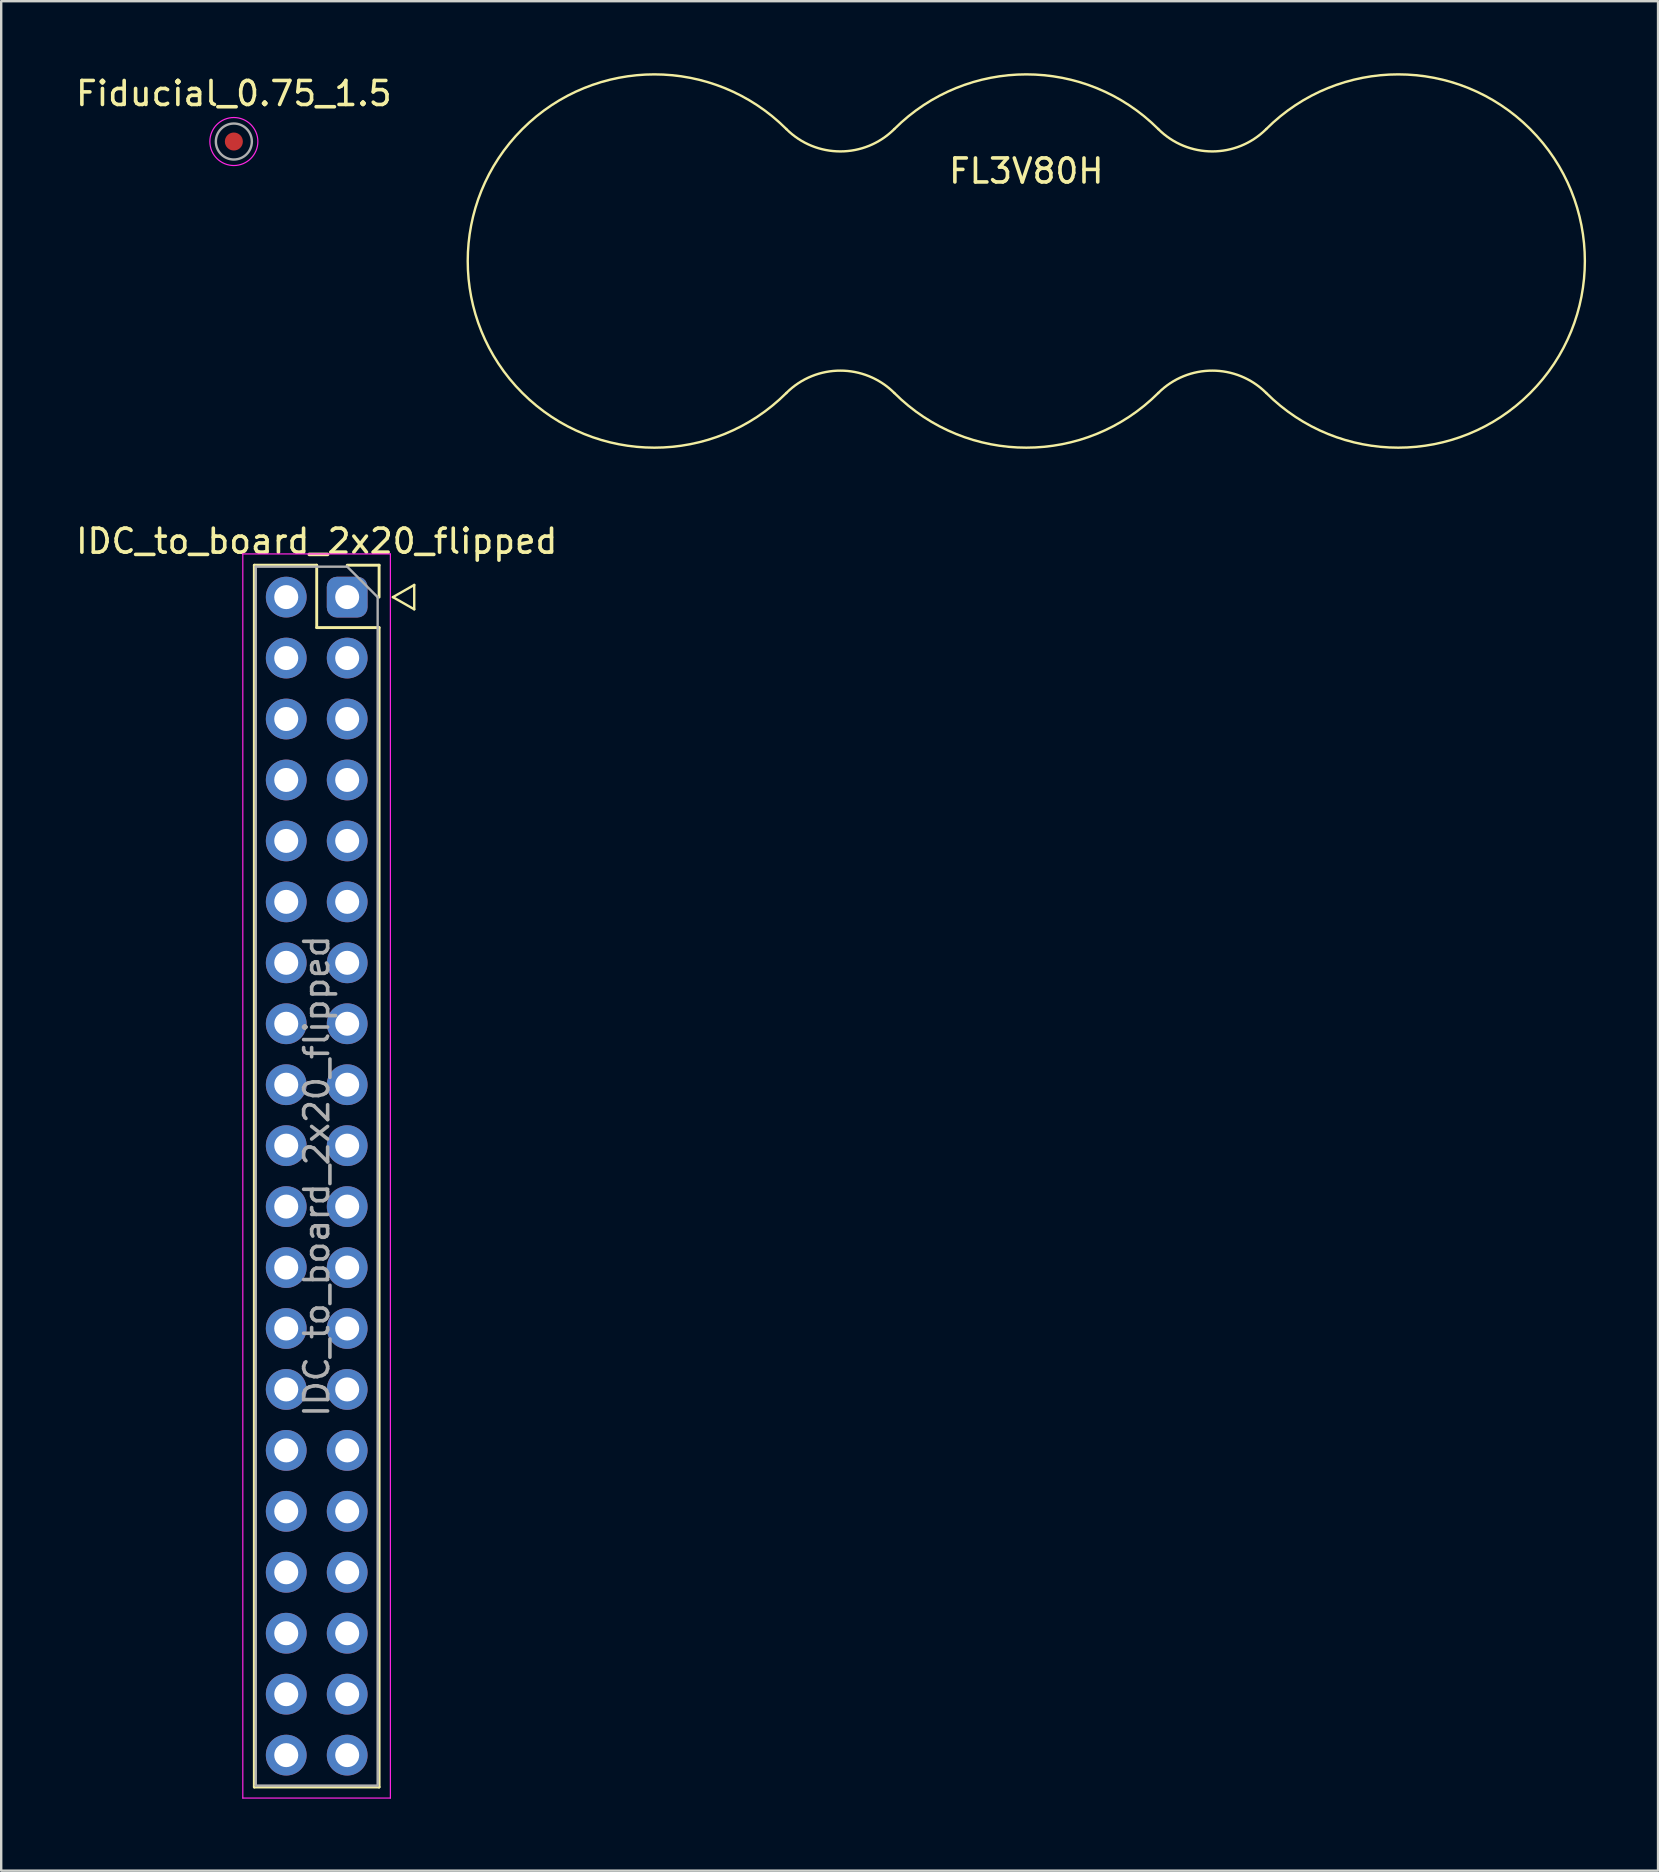
<source format=kicad_pcb>
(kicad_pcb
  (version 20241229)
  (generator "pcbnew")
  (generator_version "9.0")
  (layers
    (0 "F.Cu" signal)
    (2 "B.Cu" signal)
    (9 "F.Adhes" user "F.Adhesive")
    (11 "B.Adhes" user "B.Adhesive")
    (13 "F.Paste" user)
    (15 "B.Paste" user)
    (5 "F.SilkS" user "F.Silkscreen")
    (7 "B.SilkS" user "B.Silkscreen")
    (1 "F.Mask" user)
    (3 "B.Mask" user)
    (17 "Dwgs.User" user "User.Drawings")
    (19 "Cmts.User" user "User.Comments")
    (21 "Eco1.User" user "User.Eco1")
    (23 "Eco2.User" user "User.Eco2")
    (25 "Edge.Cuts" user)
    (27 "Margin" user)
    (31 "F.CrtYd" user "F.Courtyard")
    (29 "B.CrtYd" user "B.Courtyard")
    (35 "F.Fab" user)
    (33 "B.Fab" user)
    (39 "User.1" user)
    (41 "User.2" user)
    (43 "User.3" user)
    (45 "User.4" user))
  (footprint "Fiducial_0.75_1.5"
    (layer "F.Cu")
    (at 6.696 2.848)
    (property "Reference" "Fiducial_0.75_1.5" (at 0 -2 0) (layer "F.SilkS") (effects (font (size 1 1) (thickness 0.15))))
    (attr board_only exclude_from_pos_files exclude_from_bom)
    (fp_circle (center 0 0) (end 1 0) (stroke (width 0.05) (type solid)) (fill no) (layer "F.CrtYd"))
    (fp_circle (center 0 0) (end 0.75 0) (stroke (width 0.1) (type solid)) (fill no) (layer "F.Fab"))
    (pad "" smd circle (at 0 0) (size 0.75 0.75) (layers "F.Cu" "F.Mask")))
  (footprint "IDC_to_board_2x20_flipped"
    (layer "F.Cu")
    (at 10.149 45.965)
    (property "Reference" "IDC_to_board_2x20_flipped" (at 0 -26.46 0) (layer "F.SilkS") (effects (font (size 1 1) (thickness 0.15))))
    (attr through_hole)
    (fp_line (start -2.6 -25.46) (end -2.6 25.46) (stroke (width 0.12) (type solid)) (layer "F.SilkS"))
    (fp_line (start 0 -25.46) (end -2.6 -25.46) (stroke (width 0.12) (type solid)) (layer "F.SilkS"))
    (fp_line (start 0 -22.86) (end 0 -25.46) (stroke (width 0.12) (type solid)) (layer "F.SilkS"))
    (fp_line (start 2.6 -25.46) (end 1.27 -25.46) (stroke (width 0.12) (type solid)) (layer "F.SilkS"))
    (fp_line (start 2.6 -24.13) (end 2.6 -25.46) (stroke (width 0.12) (type solid)) (layer "F.SilkS"))
    (fp_line (start 2.6 -22.86) (end 0 -22.86) (stroke (width 0.12) (type solid)) (layer "F.SilkS"))
    (fp_line (start 2.6 -22.86) (end 2.6 25.46) (stroke (width 0.12) (type solid)) (layer "F.SilkS"))
    (fp_line (start 2.6 25.46) (end -2.6 25.46) (stroke (width 0.12) (type solid)) (layer "F.SilkS"))
    (fp_line (start 3.175 -24.13) (end 4.064 -24.638) (stroke (width 0.1) (type default)) (layer "F.SilkS"))
    (fp_line (start 4.064 -24.638) (end 4.064 -23.622) (stroke (width 0.1) (type default)) (layer "F.SilkS"))
    (fp_line (start 4.064 -23.622) (end 3.175 -24.13) (stroke (width 0.1) (type default)) (layer "F.SilkS"))
    (fp_line (start -3.08 -25.93) (end 3.07 -25.93) (stroke (width 0.05) (type solid)) (layer "F.CrtYd"))
    (fp_line (start -3.08 25.92) (end -3.08 -25.93) (stroke (width 0.05) (type solid)) (layer "F.CrtYd"))
    (fp_line (start 3.07 -25.93) (end 3.07 25.92) (stroke (width 0.05) (type solid)) (layer "F.CrtYd"))
    (fp_line (start 3.07 25.92) (end -3.08 25.92) (stroke (width 0.05) (type solid)) (layer "F.CrtYd"))
    (fp_line (start -2.54 -25.4) (end -2.54 25.4) (stroke (width 0.1) (type solid)) (layer "F.Fab"))
    (fp_line (start -2.54 25.4) (end 2.54 25.4) (stroke (width 0.1) (type solid)) (layer "F.Fab"))
    (fp_line (start 1.27 -25.4) (end -2.54 -25.4) (stroke (width 0.1) (type solid)) (layer "F.Fab"))
    (fp_line (start 2.54 -24.13) (end 1.27 -25.4) (stroke (width 0.1) (type solid)) (layer "F.Fab"))
    (fp_line (start 2.54 25.4) (end 2.54 -24.13) (stroke (width 0.1) (type solid)) (layer "F.Fab"))
    (fp_text user "${REFERENCE}" (at 0 0 90) (layer "F.Fab") (effects (font (size 1 1) (thickness 0.15))))
    (pad "1" thru_hole roundrect (at 1.27 -24.13) (size 1.7 1.7) (drill 1) (layers "*.Cu" "*.Mask") (roundrect_rratio 0.25))
    (pad "2" thru_hole circle (at -1.27 -24.13) (size 1.7 1.7) (drill 1) (layers "*.Cu" "*.Mask"))
    (pad "3" thru_hole circle (at 1.27 -21.59) (size 1.7 1.7) (drill 1) (layers "*.Cu" "*.Mask"))
    (pad "4" thru_hole circle (at -1.27 -21.59) (size 1.7 1.7) (drill 1) (layers "*.Cu" "*.Mask"))
    (pad "5" thru_hole circle (at 1.27 -19.05) (size 1.7 1.7) (drill 1) (layers "*.Cu" "*.Mask"))
    (pad "6" thru_hole circle (at -1.27 -19.05) (size 1.7 1.7) (drill 1) (layers "*.Cu" "*.Mask"))
    (pad "7" thru_hole circle (at 1.27 -16.51) (size 1.7 1.7) (drill 1) (layers "*.Cu" "*.Mask"))
    (pad "8" thru_hole circle (at -1.27 -16.51) (size 1.7 1.7) (drill 1) (layers "*.Cu" "*.Mask"))
    (pad "9" thru_hole circle (at 1.27 -13.97) (size 1.7 1.7) (drill 1) (layers "*.Cu" "*.Mask"))
    (pad "10" thru_hole circle (at -1.27 -13.97) (size 1.7 1.7) (drill 1) (layers "*.Cu" "*.Mask"))
    (pad "11" thru_hole circle (at 1.27 -11.43) (size 1.7 1.7) (drill 1) (layers "*.Cu" "*.Mask"))
    (pad "12" thru_hole circle (at -1.27 -11.43) (size 1.7 1.7) (drill 1) (layers "*.Cu" "*.Mask"))
    (pad "13" thru_hole circle (at 1.27 -8.89) (size 1.7 1.7) (drill 1) (layers "*.Cu" "*.Mask"))
    (pad "14" thru_hole circle (at -1.27 -8.89) (size 1.7 1.7) (drill 1) (layers "*.Cu" "*.Mask"))
    (pad "15" thru_hole circle (at 1.27 -6.35) (size 1.7 1.7) (drill 1) (layers "*.Cu" "*.Mask"))
    (pad "16" thru_hole circle (at -1.27 -6.35) (size 1.7 1.7) (drill 1) (layers "*.Cu" "*.Mask"))
    (pad "17" thru_hole circle (at 1.27 -3.81) (size 1.7 1.7) (drill 1) (layers "*.Cu" "*.Mask"))
    (pad "18" thru_hole circle (at -1.27 -3.81) (size 1.7 1.7) (drill 1) (layers "*.Cu" "*.Mask"))
    (pad "19" thru_hole circle (at 1.27 -1.27) (size 1.7 1.7) (drill 1) (layers "*.Cu" "*.Mask"))
    (pad "20" thru_hole circle (at -1.27 -1.27) (size 1.7 1.7) (drill 1) (layers "*.Cu" "*.Mask"))
    (pad "21" thru_hole circle (at 1.27 1.27) (size 1.7 1.7) (drill 1) (layers "*.Cu" "*.Mask"))
    (pad "22" thru_hole circle (at -1.27 1.27) (size 1.7 1.7) (drill 1) (layers "*.Cu" "*.Mask"))
    (pad "23" thru_hole circle (at 1.27 3.81) (size 1.7 1.7) (drill 1) (layers "*.Cu" "*.Mask"))
    (pad "24" thru_hole circle (at -1.27 3.81) (size 1.7 1.7) (drill 1) (layers "*.Cu" "*.Mask"))
    (pad "25" thru_hole circle (at 1.27 6.35) (size 1.7 1.7) (drill 1) (layers "*.Cu" "*.Mask"))
    (pad "26" thru_hole circle (at -1.27 6.35) (size 1.7 1.7) (drill 1) (layers "*.Cu" "*.Mask"))
    (pad "27" thru_hole circle (at 1.27 8.89) (size 1.7 1.7) (drill 1) (layers "*.Cu" "*.Mask"))
    (pad "28" thru_hole circle (at -1.27 8.89) (size 1.7 1.7) (drill 1) (layers "*.Cu" "*.Mask"))
    (pad "29" thru_hole circle (at 1.27 11.43) (size 1.7 1.7) (drill 1) (layers "*.Cu" "*.Mask"))
    (pad "30" thru_hole circle (at -1.27 11.43) (size 1.7 1.7) (drill 1) (layers "*.Cu" "*.Mask"))
    (pad "31" thru_hole circle (at 1.27 13.97) (size 1.7 1.7) (drill 1) (layers "*.Cu" "*.Mask"))
    (pad "32" thru_hole circle (at -1.27 13.97) (size 1.7 1.7) (drill 1) (layers "*.Cu" "*.Mask"))
    (pad "33" thru_hole circle (at 1.27 16.51) (size 1.7 1.7) (drill 1) (layers "*.Cu" "*.Mask"))
    (pad "34" thru_hole circle (at -1.27 16.51) (size 1.7 1.7) (drill 1) (layers "*.Cu" "*.Mask"))
    (pad "35" thru_hole circle (at 1.27 19.05) (size 1.7 1.7) (drill 1) (layers "*.Cu" "*.Mask"))
    (pad "36" thru_hole circle (at -1.27 19.05) (size 1.7 1.7) (drill 1) (layers "*.Cu" "*.Mask"))
    (pad "37" thru_hole circle (at 1.27 21.59) (size 1.7 1.7) (drill 1) (layers "*.Cu" "*.Mask"))
    (pad "38" thru_hole circle (at -1.27 21.59) (size 1.7 1.7) (drill 1) (layers "*.Cu" "*.Mask"))
    (pad "39" thru_hole circle (at 1.27 24.13) (size 1.7 1.7) (drill 1) (layers "*.Cu" "*.Mask"))
    (pad "40" thru_hole circle (at -1.27 24.13) (size 1.7 1.7) (drill 1) (layers "*.Cu" "*.Mask")))
  (footprint "FL3V80H"
    (layer "F.Cu")
    (at 39.721 7.828)
    (property "Reference" "FL3V80H" (at 0 -3.75 0) (unlocked yes) (layer "F.SilkS") (effects (font (size 1 1) (thickness 0.15))))
    (fp_arc (start -10 5.5) (mid -23.278175 0) (end -10 -5.5) (stroke (width 0.1) (type default)) (layer "F.SilkS"))
    (fp_arc (start -10 5.5) (mid -7.75 4.568019) (end -5.5 5.5) (stroke (width 0.1) (type default)) (layer "F.SilkS"))
    (fp_arc (start -5.5 -5.5) (mid -7.75 -4.568019) (end -10 -5.5) (stroke (width 0.1) (type default)) (layer "F.SilkS"))
    (fp_arc (start -5.5 -5.5) (mid 0 -7.778175) (end 5.5 -5.5) (stroke (width 0.1) (type default)) (layer "F.SilkS"))
    (fp_arc (start 5.5 5.5) (mid 0 7.778175) (end -5.5 5.5) (stroke (width 0.1) (type default)) (layer "F.SilkS"))
    (fp_arc (start 5.5 5.5) (mid 7.75 4.568019) (end 10 5.5) (stroke (width 0.1) (type default)) (layer "F.SilkS"))
    (fp_arc (start 10 -5.5) (mid 7.75 -4.568019) (end 5.5 -5.5) (stroke (width 0.1) (type default)) (layer "F.SilkS"))
    (fp_arc (start 10 -5.5) (mid 23.278175 0) (end 10 5.5) (stroke (width 0.1) (type default)) (layer "F.SilkS")))
  (gr_rect
    (start -3 -3)
    (end 66.049 74.91)
    (stroke (width 0.1) (type default))
    (fill no)
    (layer "Edge.Cuts")))
</source>
